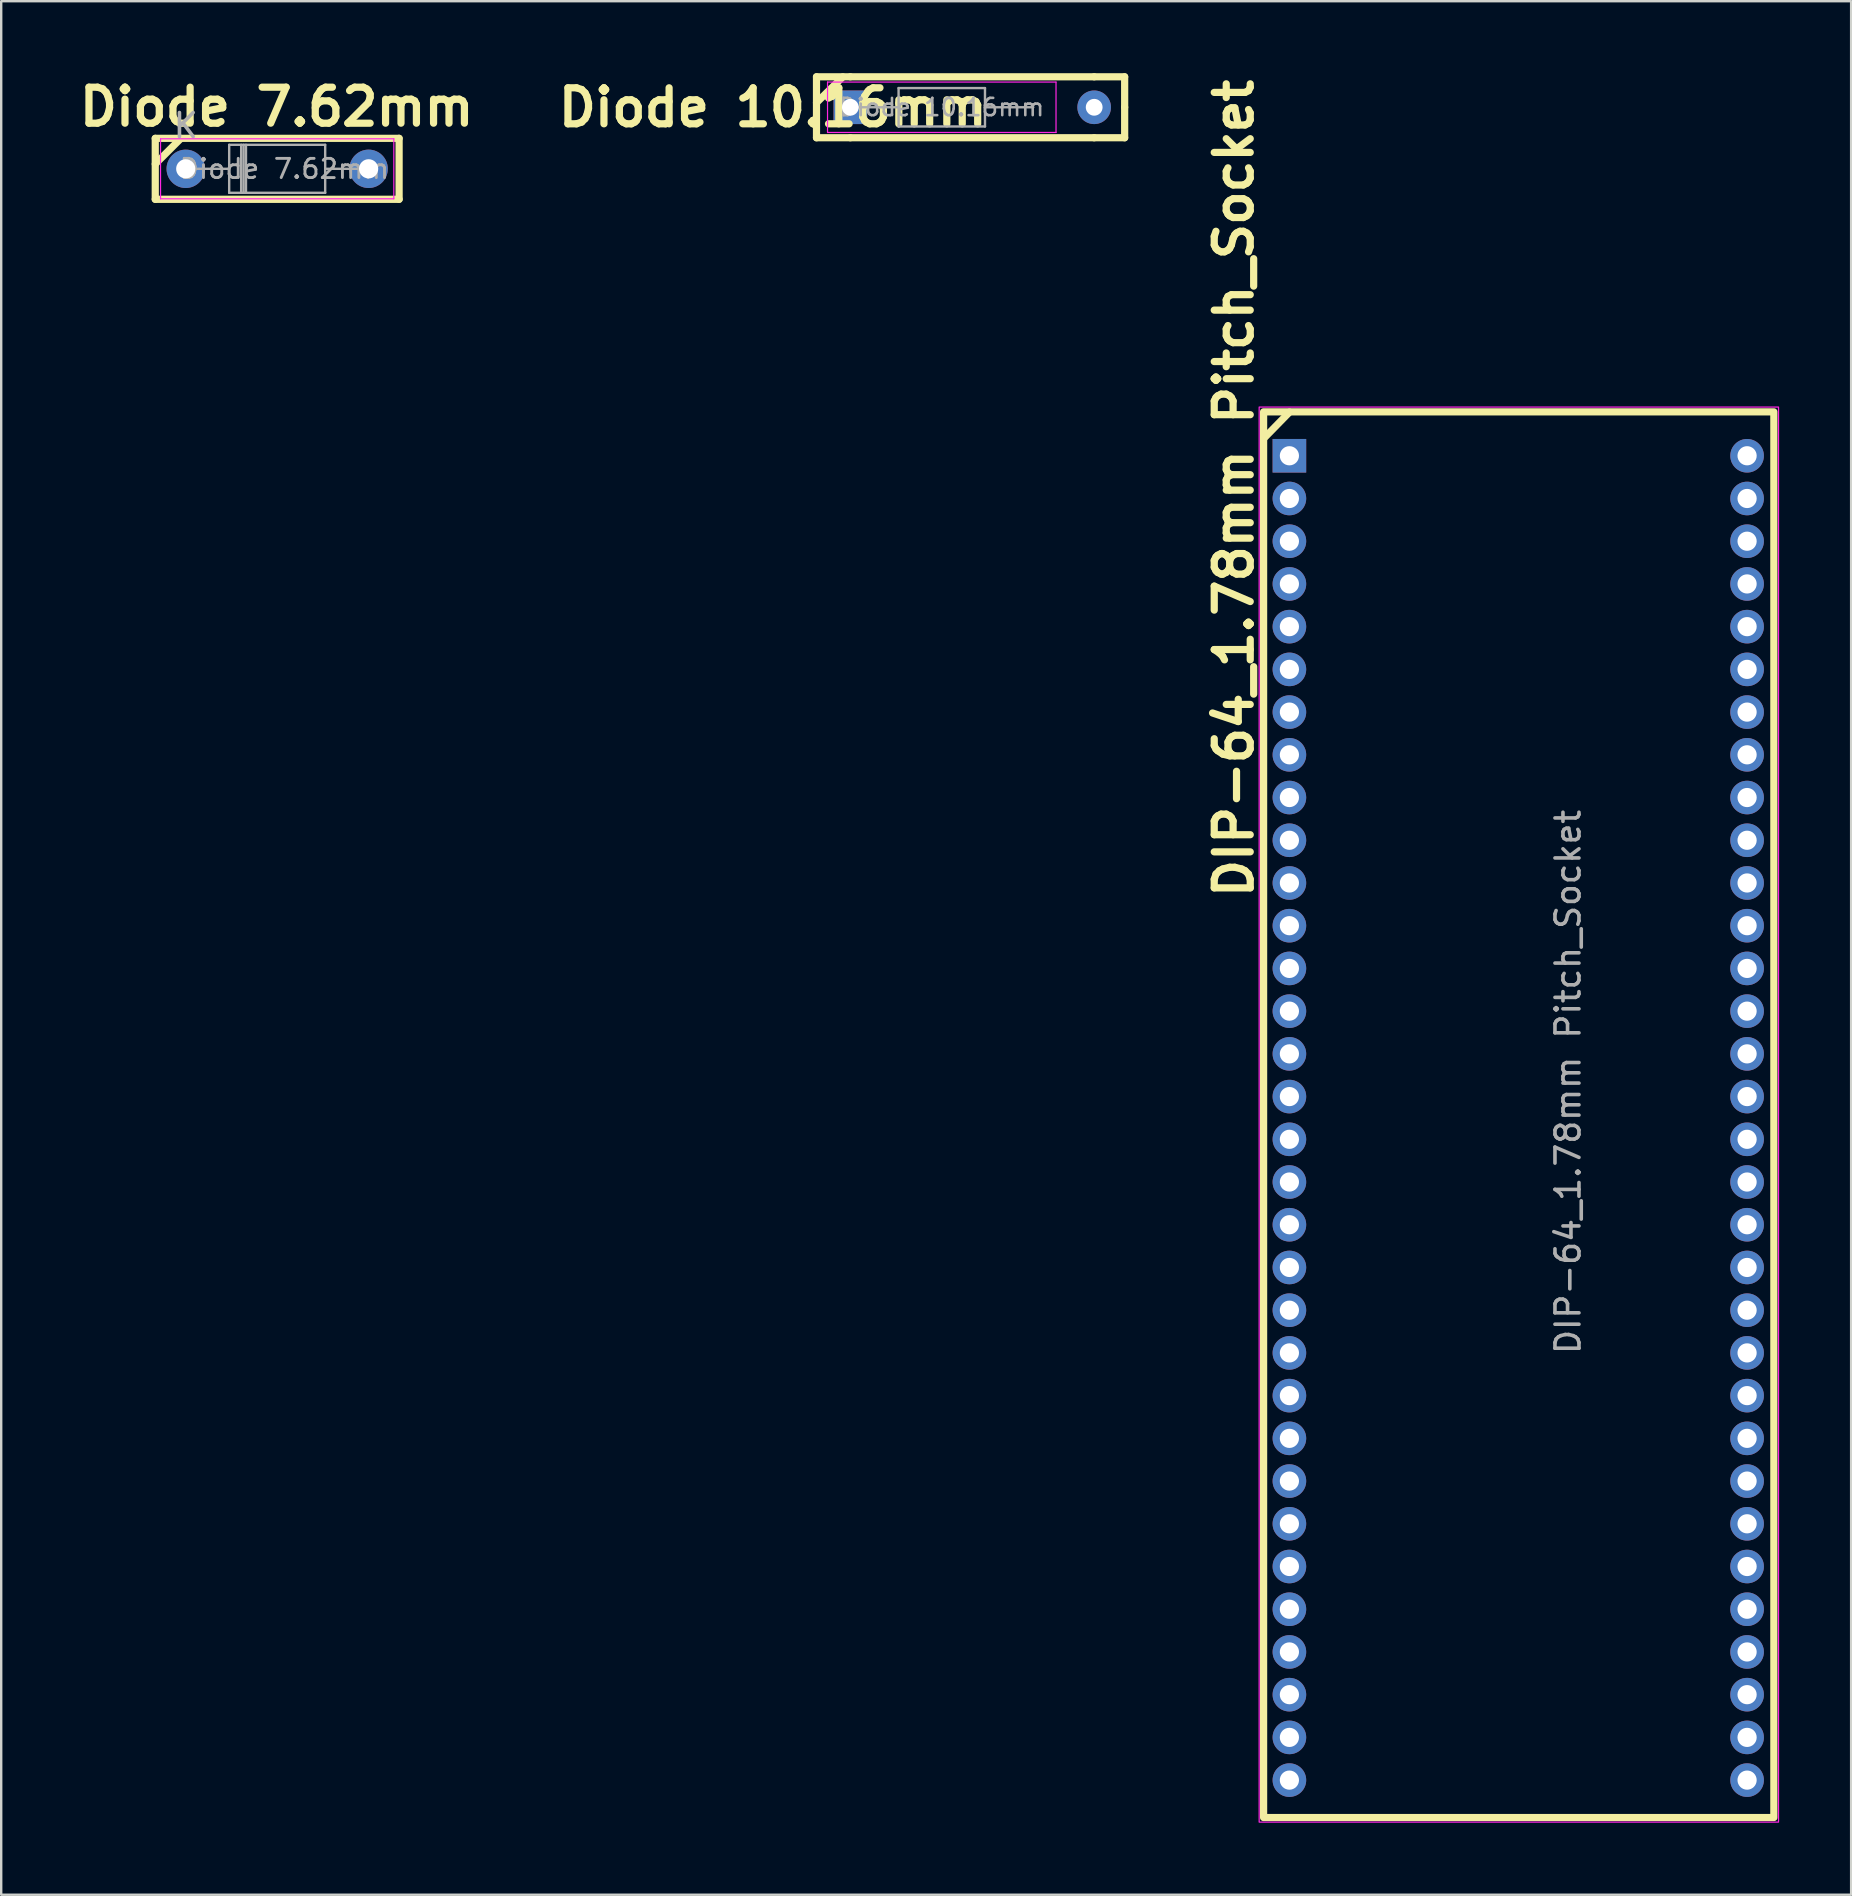
<source format=kicad_pcb>
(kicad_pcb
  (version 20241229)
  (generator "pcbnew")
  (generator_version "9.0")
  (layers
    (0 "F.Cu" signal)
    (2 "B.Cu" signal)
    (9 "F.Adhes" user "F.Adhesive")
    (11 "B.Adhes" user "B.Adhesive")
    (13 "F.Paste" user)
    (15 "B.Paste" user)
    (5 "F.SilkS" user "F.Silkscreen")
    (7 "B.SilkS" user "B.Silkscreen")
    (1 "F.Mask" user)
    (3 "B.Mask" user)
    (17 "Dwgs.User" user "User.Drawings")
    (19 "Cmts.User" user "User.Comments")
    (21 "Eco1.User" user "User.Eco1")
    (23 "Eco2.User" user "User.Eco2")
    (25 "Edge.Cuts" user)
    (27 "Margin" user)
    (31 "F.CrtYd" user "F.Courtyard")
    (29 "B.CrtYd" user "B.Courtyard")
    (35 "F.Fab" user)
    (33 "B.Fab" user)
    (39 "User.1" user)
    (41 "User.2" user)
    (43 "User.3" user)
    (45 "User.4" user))
  (footprint "Diode 10.16mm"
    (layer "F.Cu")
    (at 32.38 1.42)
    (property "Reference" "Diode 10.16mm" (at -3.23 0.01 180) (layer "F.SilkS") (effects (font (size 1.5 1.5) (thickness 0.3) (bold yes))))
    (attr through_hole)
    (fp_line (start -1.41 -1.27) (end -1.41 1.27) (stroke (width 0.3) (type default)) (layer "F.SilkS"))
    (fp_line (start -1.41 -1.27) (end 0 -1.27) (stroke (width 0.3) (type default)) (layer "F.SilkS"))
    (fp_line (start -1.41 -0.19) (end -0.313 -1.267) (stroke (width 0.3) (type default)) (layer "F.SilkS"))
    (fp_line (start -1.41 1.27) (end 0 1.27) (stroke (width 0.3) (type default)) (layer "F.SilkS"))
    (fp_line (start 0 -1.27) (end 10.16 -1.27) (stroke (width 0.3) (type default)) (layer "F.SilkS"))
    (fp_line (start 0 1.27) (end 10.16 1.27) (stroke (width 0.3) (type default)) (layer "F.SilkS"))
    (fp_line (start 10.16 -1.27) (end 11.43 -1.27) (stroke (width 0.3) (type default)) (layer "F.SilkS"))
    (fp_line (start 10.16 1.27) (end 11.43 1.27) (stroke (width 0.3) (type default)) (layer "F.SilkS"))
    (fp_line (start 11.43 0) (end 11.43 -1.27) (stroke (width 0.3) (type default)) (layer "F.SilkS"))
    (fp_line (start 11.43 1.27) (end 11.43 0) (stroke (width 0.3) (type default)) (layer "F.SilkS"))
    (fp_line (start -0.95 -1.05) (end -0.95 1.05) (stroke (width 0.05) (type solid)) (layer "F.CrtYd"))
    (fp_line (start -0.95 1.05) (end 8.57 1.05) (stroke (width 0.05) (type solid)) (layer "F.CrtYd"))
    (fp_line (start 8.57 -1.05) (end -0.95 -1.05) (stroke (width 0.05) (type solid)) (layer "F.CrtYd"))
    (fp_line (start 8.57 1.05) (end 8.57 -1.05) (stroke (width 0.05) (type solid)) (layer "F.CrtYd"))
    (fp_line (start 0 0) (end 2.01 0) (stroke (width 0.1) (type solid)) (layer "F.Fab"))
    (fp_line (start 2.01 -0.8) (end 2.01 0.8) (stroke (width 0.1) (type solid)) (layer "F.Fab"))
    (fp_line (start 2.01 0.8) (end 5.61 0.8) (stroke (width 0.1) (type solid)) (layer "F.Fab"))
    (fp_line (start 5.61 -0.8) (end 2.01 -0.8) (stroke (width 0.1) (type solid)) (layer "F.Fab"))
    (fp_line (start 5.61 0.8) (end 5.61 -0.8) (stroke (width 0.1) (type solid)) (layer "F.Fab"))
    (fp_line (start 7.62 0) (end 5.61 0) (stroke (width 0.1) (type solid)) (layer "F.Fab"))
    (fp_text user "${REFERENCE}" (at 3.81 0 180) (layer "F.Fab") (effects (font (size 0.72 0.72) (thickness 0.108))))
    (pad "1" thru_hole rect (at 0 0) (size 1.4 1.4) (drill 0.7) (layers "*.Cu" "*.Mask"))
    (pad "2" thru_hole oval (at 10.16 0) (size 1.4 1.4) (drill 0.7) (layers "*.Cu" "*.Mask")))
  (footprint "Diode 7.62mm"
    (layer "F.Cu")
    (at 4.689 3.984)
    (property "Reference" "Diode 7.62mm" (at 3.79 -2.58 0) (layer "F.SilkS") (effects (font (size 1.5 1.5) (thickness 0.3) (bold yes))))
    (attr through_hole)
    (fp_line (start -1.27 -1.27) (end -1.27 1.27) (stroke (width 0.3) (type default)) (layer "F.SilkS"))
    (fp_line (start -1.27 -0.2) (end -0.202 -1.268) (stroke (width 0.3) (type default)) (layer "F.SilkS"))
    (fp_line (start -1.27 1.27) (end 8.89 1.27) (stroke (width 0.3) (type default)) (layer "F.SilkS"))
    (fp_line (start 8.89 -1.27) (end -1.27 -1.27) (stroke (width 0.3) (type default)) (layer "F.SilkS"))
    (fp_line (start 8.89 1.27) (end 8.89 -1.27) (stroke (width 0.3) (type default)) (layer "F.SilkS"))
    (fp_line (start -1.05 -1.25) (end -1.05 1.25) (stroke (width 0.05) (type solid)) (layer "F.CrtYd"))
    (fp_line (start -1.05 1.25) (end 8.67 1.25) (stroke (width 0.05) (type solid)) (layer "F.CrtYd"))
    (fp_line (start 8.67 -1.25) (end -1.05 -1.25) (stroke (width 0.05) (type solid)) (layer "F.CrtYd"))
    (fp_line (start 8.67 1.25) (end 8.67 -1.25) (stroke (width 0.05) (type solid)) (layer "F.CrtYd"))
    (fp_line (start 0 0) (end 1.81 0) (stroke (width 0.1) (type solid)) (layer "F.Fab"))
    (fp_line (start 1.81 -1) (end 1.81 1) (stroke (width 0.1) (type solid)) (layer "F.Fab"))
    (fp_line (start 1.81 1) (end 5.81 1) (stroke (width 0.1) (type solid)) (layer "F.Fab"))
    (fp_line (start 2.31 -1) (end 2.31 1) (stroke (width 0.1) (type solid)) (layer "F.Fab"))
    (fp_line (start 2.41 -1) (end 2.41 1) (stroke (width 0.1) (type solid)) (layer "F.Fab"))
    (fp_line (start 2.51 -1) (end 2.51 1) (stroke (width 0.1) (type solid)) (layer "F.Fab"))
    (fp_line (start 5.81 -1) (end 1.81 -1) (stroke (width 0.1) (type solid)) (layer "F.Fab"))
    (fp_line (start 5.81 1) (end 5.81 -1) (stroke (width 0.1) (type solid)) (layer "F.Fab"))
    (fp_line (start 7.62 0) (end 5.81 0) (stroke (width 0.1) (type solid)) (layer "F.Fab"))
    (fp_text user "K" (at 0 -1.8 0) (layer "F.Fab") (effects (font (size 1 1) (thickness 0.15))))
    (fp_text user "${REFERENCE}" (at 4.11 0 0) (layer "F.Fab") (effects (font (size 0.8 0.8) (thickness 0.12))))
    (pad "1" thru_hole circle (at 0 0) (size 1.6 1.6) (drill 0.8) (layers "*.Cu" "*.Mask"))
    (pad "2" thru_hole oval (at 7.62 0) (size 1.6 1.6) (drill 0.8) (layers "*.Cu" "*.Mask")))
  (footprint "DIP-64_1.78mm Pitch_Socket"
    (layer "F.Cu")
    (at 50.674 15.92)
    (property "Reference" "DIP-64_1.78mm Pitch_Socket" (at -2.31 1.38 90) (layer "F.SilkS") (effects (font (size 1.5 1.5) (thickness 0.3) (bold yes))))
    (attr through_hole)
    (fp_line (start -1.07 -0.7) (end 0.005 -1.8) (stroke (width 0.3) (type default)) (layer "F.SilkS"))
    (fp_rect (start -1.075 -1.81) (end 20.185 56.76) (stroke (width 0.3) (type default)) (fill no) (layer "F.SilkS"))
    (fp_rect (start -1.26 -2.01) (end 20.38 56.95) (stroke (width 0.05) (type default)) (fill no) (layer "F.CrtYd"))
    (fp_text user "${REFERENCE}" (at 11.61 26.11 90) (layer "F.Fab") (effects (font (size 1 1) (thickness 0.15))))
    (pad "1" thru_hole rect (at 0 0.02) (size 1.4 1.4) (drill 0.8) (layers "*.Cu" "*.Mask"))
    (pad "2" thru_hole circle (at 0 1.8) (size 1.4 1.4) (drill 0.8) (layers "*.Cu" "*.Mask"))
    (pad "3" thru_hole circle (at 0 3.58) (size 1.4 1.4) (drill 0.8) (layers "*.Cu" "*.Mask"))
    (pad "4" thru_hole circle (at 0 5.36) (size 1.4 1.4) (drill 0.8) (layers "*.Cu" "*.Mask"))
    (pad "5" thru_hole circle (at 0 7.14) (size 1.4 1.4) (drill 0.8) (layers "*.Cu" "*.Mask"))
    (pad "6" thru_hole circle (at 0 8.92) (size 1.4 1.4) (drill 0.8) (layers "*.Cu" "*.Mask"))
    (pad "7" thru_hole circle (at 0 10.7) (size 1.4 1.4) (drill 0.8) (layers "*.Cu" "*.Mask"))
    (pad "8" thru_hole circle (at 0 12.48) (size 1.4 1.4) (drill 0.8) (layers "*.Cu" "*.Mask"))
    (pad "9" thru_hole circle (at 0 14.26) (size 1.4 1.4) (drill 0.8) (layers "*.Cu" "*.Mask"))
    (pad "10" thru_hole circle (at 0 16.04) (size 1.4 1.4) (drill 0.8) (layers "*.Cu" "*.Mask"))
    (pad "11" thru_hole circle (at 0 17.82) (size 1.4 1.4) (drill 0.8) (layers "*.Cu" "*.Mask"))
    (pad "12" thru_hole circle (at 0 19.6) (size 1.4 1.4) (drill 0.8) (layers "*.Cu" "*.Mask"))
    (pad "13" thru_hole circle (at 0 21.38) (size 1.4 1.4) (drill 0.8) (layers "*.Cu" "*.Mask"))
    (pad "14" thru_hole circle (at 0 23.16) (size 1.4 1.4) (drill 0.8) (layers "*.Cu" "*.Mask"))
    (pad "15" thru_hole circle (at 0 24.94) (size 1.4 1.4) (drill 0.8) (layers "*.Cu" "*.Mask"))
    (pad "16" thru_hole circle (at 0 26.72) (size 1.4 1.4) (drill 0.8) (layers "*.Cu" "*.Mask"))
    (pad "17" thru_hole circle (at 0 28.5) (size 1.4 1.4) (drill 0.8) (layers "*.Cu" "*.Mask"))
    (pad "18" thru_hole circle (at 0 30.28) (size 1.4 1.4) (drill 0.8) (layers "*.Cu" "*.Mask"))
    (pad "19" thru_hole circle (at 0 32.06) (size 1.4 1.4) (drill 0.8) (layers "*.Cu" "*.Mask"))
    (pad "20" thru_hole circle (at 0 33.84) (size 1.4 1.4) (drill 0.8) (layers "*.Cu" "*.Mask"))
    (pad "21" thru_hole circle (at 0 35.62) (size 1.4 1.4) (drill 0.8) (layers "*.Cu" "*.Mask"))
    (pad "22" thru_hole circle (at 0 37.4) (size 1.4 1.4) (drill 0.8) (layers "*.Cu" "*.Mask"))
    (pad "23" thru_hole circle (at 0 39.18) (size 1.4 1.4) (drill 0.8) (layers "*.Cu" "*.Mask"))
    (pad "24" thru_hole circle (at 0 40.96) (size 1.4 1.4) (drill 0.8) (layers "*.Cu" "*.Mask"))
    (pad "25" thru_hole circle (at 0 42.74) (size 1.4 1.4) (drill 0.8) (layers "*.Cu" "*.Mask"))
    (pad "26" thru_hole circle (at 0 44.52) (size 1.4 1.4) (drill 0.8) (layers "*.Cu" "*.Mask"))
    (pad "27" thru_hole circle (at 0 46.3) (size 1.4 1.4) (drill 0.8) (layers "*.Cu" "*.Mask"))
    (pad "28" thru_hole circle (at 0 48.08) (size 1.4 1.4) (drill 0.8) (layers "*.Cu" "*.Mask"))
    (pad "29" thru_hole circle (at 0 49.86) (size 1.4 1.4) (drill 0.8) (layers "*.Cu" "*.Mask"))
    (pad "30" thru_hole circle (at 0 51.64) (size 1.4 1.4) (drill 0.8) (layers "*.Cu" "*.Mask"))
    (pad "31" thru_hole circle (at 0 53.42) (size 1.4 1.4) (drill 0.8) (layers "*.Cu" "*.Mask"))
    (pad "32" thru_hole circle (at 0 55.2) (size 1.4 1.4) (drill 0.8) (layers "*.Cu" "*.Mask"))
    (pad "33" thru_hole circle (at 19.07 55.2) (size 1.4 1.4) (drill 0.8) (layers "*.Cu" "*.Mask"))
    (pad "34" thru_hole circle (at 19.07 53.42) (size 1.4 1.4) (drill 0.8) (layers "*.Cu" "*.Mask"))
    (pad "35" thru_hole circle (at 19.07 51.64) (size 1.4 1.4) (drill 0.8) (layers "*.Cu" "*.Mask"))
    (pad "36" thru_hole circle (at 19.07 49.86) (size 1.4 1.4) (drill 0.8) (layers "*.Cu" "*.Mask"))
    (pad "37" thru_hole circle (at 19.07 48.08) (size 1.4 1.4) (drill 0.8) (layers "*.Cu" "*.Mask"))
    (pad "38" thru_hole circle (at 19.07 46.3) (size 1.4 1.4) (drill 0.8) (layers "*.Cu" "*.Mask"))
    (pad "39" thru_hole circle (at 19.07 44.52) (size 1.4 1.4) (drill 0.8) (layers "*.Cu" "*.Mask"))
    (pad "40" thru_hole circle (at 19.07 42.74) (size 1.4 1.4) (drill 0.8) (layers "*.Cu" "*.Mask"))
    (pad "41" thru_hole circle (at 19.07 40.96) (size 1.4 1.4) (drill 0.8) (layers "*.Cu" "*.Mask"))
    (pad "42" thru_hole circle (at 19.07 39.18) (size 1.4 1.4) (drill 0.8) (layers "*.Cu" "*.Mask"))
    (pad "43" thru_hole circle (at 19.07 37.4) (size 1.4 1.4) (drill 0.8) (layers "*.Cu" "*.Mask"))
    (pad "44" thru_hole circle (at 19.07 35.62) (size 1.4 1.4) (drill 0.8) (layers "*.Cu" "*.Mask"))
    (pad "45" thru_hole circle (at 19.07 33.84) (size 1.4 1.4) (drill 0.8) (layers "*.Cu" "*.Mask"))
    (pad "46" thru_hole circle (at 19.07 32.06) (size 1.4 1.4) (drill 0.8) (layers "*.Cu" "*.Mask"))
    (pad "47" thru_hole circle (at 19.07 30.28) (size 1.4 1.4) (drill 0.8) (layers "*.Cu" "*.Mask"))
    (pad "48" thru_hole circle (at 19.07 28.5) (size 1.4 1.4) (drill 0.8) (layers "*.Cu" "*.Mask"))
    (pad "49" thru_hole circle (at 19.07 26.72) (size 1.4 1.4) (drill 0.8) (layers "*.Cu" "*.Mask"))
    (pad "50" thru_hole circle (at 19.07 24.94) (size 1.4 1.4) (drill 0.8) (layers "*.Cu" "*.Mask"))
    (pad "51" thru_hole circle (at 19.07 23.16) (size 1.4 1.4) (drill 0.8) (layers "*.Cu" "*.Mask"))
    (pad "52" thru_hole circle (at 19.07 21.38) (size 1.4 1.4) (drill 0.8) (layers "*.Cu" "*.Mask"))
    (pad "53" thru_hole circle (at 19.07 19.6) (size 1.4 1.4) (drill 0.8) (layers "*.Cu" "*.Mask"))
    (pad "54" thru_hole circle (at 19.07 17.82) (size 1.4 1.4) (drill 0.8) (layers "*.Cu" "*.Mask"))
    (pad "55" thru_hole circle (at 19.07 16.04) (size 1.4 1.4) (drill 0.8) (layers "*.Cu" "*.Mask"))
    (pad "56" thru_hole circle (at 19.07 14.26) (size 1.4 1.4) (drill 0.8) (layers "*.Cu" "*.Mask"))
    (pad "57" thru_hole circle (at 19.07 12.48) (size 1.4 1.4) (drill 0.8) (layers "*.Cu" "*.Mask"))
    (pad "58" thru_hole circle (at 19.07 10.7) (size 1.4 1.4) (drill 0.8) (layers "*.Cu" "*.Mask"))
    (pad "59" thru_hole circle (at 19.07 8.92) (size 1.4 1.4) (drill 0.8) (layers "*.Cu" "*.Mask"))
    (pad "60" thru_hole circle (at 19.07 7.14) (size 1.4 1.4) (drill 0.8) (layers "*.Cu" "*.Mask"))
    (pad "61" thru_hole circle (at 19.07 5.36) (size 1.4 1.4) (drill 0.8) (layers "*.Cu" "*.Mask"))
    (pad "62" thru_hole circle (at 19.07 3.58) (size 1.4 1.4) (drill 0.8) (layers "*.Cu" "*.Mask"))
    (pad "63" thru_hole circle (at 19.07 1.8) (size 1.4 1.4) (drill 0.8) (layers "*.Cu" "*.Mask"))
    (pad "64" thru_hole circle (at 19.07 0.02) (size 1.4 1.4) (drill 0.8) (layers "*.Cu" "*.Mask")))
  (gr_rect
    (start -3 -3)
    (end 74.079 75.895)
    (stroke (width 0.1) (type default))
    (fill no)
    (layer "Edge.Cuts")))
</source>
